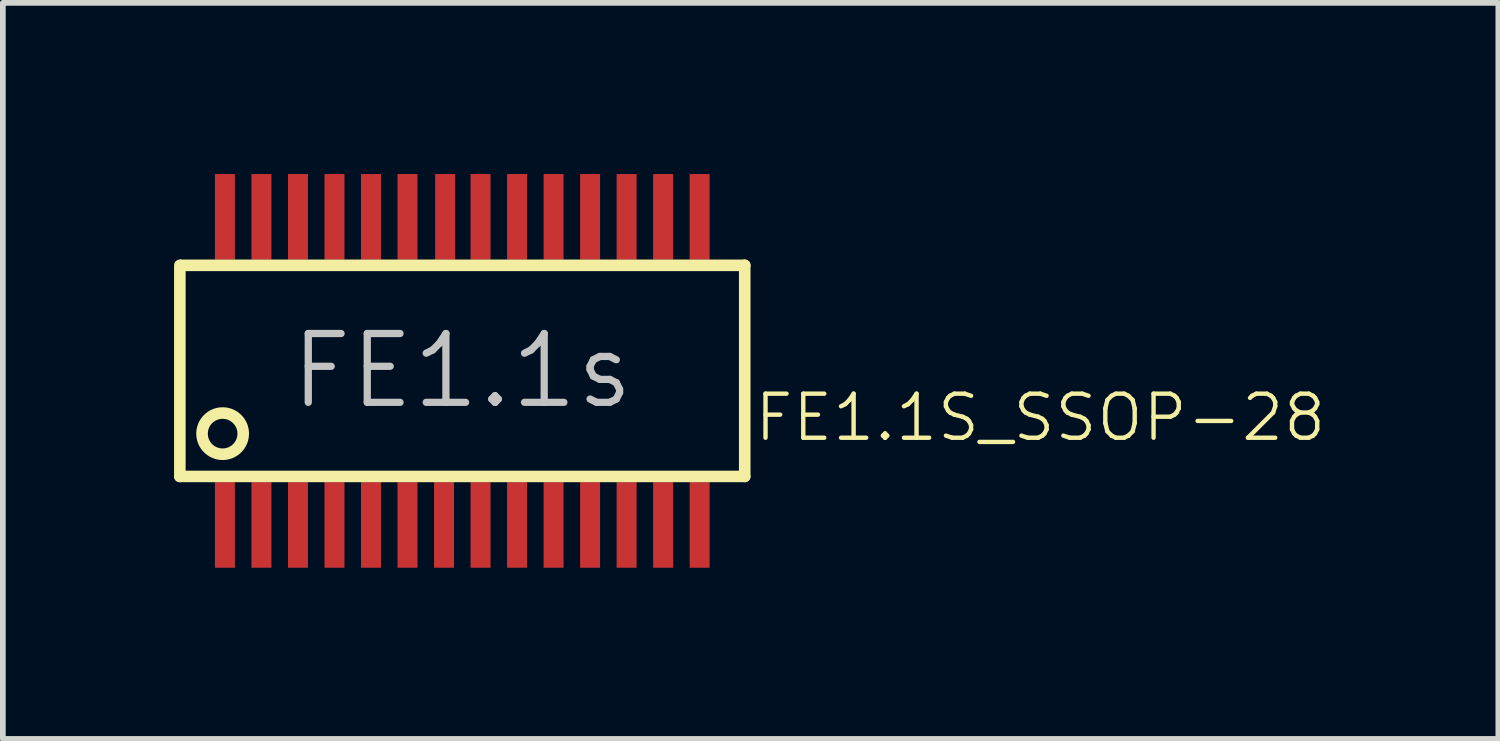
<source format=kicad_pcb>
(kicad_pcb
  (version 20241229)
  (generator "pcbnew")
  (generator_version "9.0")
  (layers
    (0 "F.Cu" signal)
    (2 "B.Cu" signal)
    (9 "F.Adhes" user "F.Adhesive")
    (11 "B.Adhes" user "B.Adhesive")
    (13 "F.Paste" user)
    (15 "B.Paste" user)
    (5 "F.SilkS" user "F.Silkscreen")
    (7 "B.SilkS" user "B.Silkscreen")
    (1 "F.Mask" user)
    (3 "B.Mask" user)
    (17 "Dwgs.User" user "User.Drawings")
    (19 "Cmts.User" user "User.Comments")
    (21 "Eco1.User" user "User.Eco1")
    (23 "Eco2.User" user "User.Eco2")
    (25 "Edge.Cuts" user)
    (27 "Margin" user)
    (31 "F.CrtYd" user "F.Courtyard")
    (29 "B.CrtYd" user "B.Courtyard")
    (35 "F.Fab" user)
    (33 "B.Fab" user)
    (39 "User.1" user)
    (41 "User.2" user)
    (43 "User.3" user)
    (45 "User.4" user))
  (footprint "FE1.1S_SSOP-28"
    (layer "F.Cu")
    (at 5.052 3.45)
    (property "Reference" "FE1.1S_SSOP-28" (at 5.08 1.27 180) (layer "F.SilkS") (effects (font (size 0.772 0.772) (thickness 0.077)) (justify left bottom)))
    (attr through_hole)
    (fp_line (start -4.95 -1.85) (end -4.95 1.85) (stroke (width 0.203) (type solid)) (layer "F.SilkS"))
    (fp_line (start -4.95 1.85) (end 4.95 1.85) (stroke (width 0.203) (type solid)) (layer "F.SilkS"))
    (fp_line (start -4.93 -1.85) (end 4.95 -1.85) (stroke (width 0.203) (type solid)) (layer "F.SilkS"))
    (fp_line (start 4.95 1.85) (end 4.95 -1.85) (stroke (width 0.203) (type solid)) (layer "F.SilkS"))
    (fp_circle (center -4.2 1.1) (end -3.839 1.1) (stroke (width 0.203) (type solid)) (fill no) (layer "F.SilkS"))
    (fp_text user "FE1.1s" (at 0 0 0) (layer "Dwgs.User") (effects (font (size 1.206 1.206) (thickness 0.127))))
    (pad "1" smd rect (at -4.16 2.7) (size 0.35 1.5) (layers "F.Cu" "F.Mask" "F.Paste"))
    (pad "2" smd rect (at -3.52 2.7) (size 0.35 1.5) (layers "F.Cu" "F.Mask" "F.Paste"))
    (pad "3" smd rect (at -2.88 2.7) (size 0.35 1.5) (layers "F.Cu" "F.Mask" "F.Paste"))
    (pad "4" smd rect (at -2.24 2.7) (size 0.35 1.5) (layers "F.Cu" "F.Mask" "F.Paste"))
    (pad "5" smd rect (at -1.6 2.7) (size 0.35 1.5) (layers "F.Cu" "F.Mask" "F.Paste"))
    (pad "6" smd rect (at -0.96 2.7) (size 0.35 1.5) (layers "F.Cu" "F.Mask" "F.Paste"))
    (pad "7" smd rect (at -0.32 2.7) (size 0.35 1.5) (layers "F.Cu" "F.Mask" "F.Paste"))
    (pad "8" smd rect (at 0.32 2.7) (size 0.35 1.5) (layers "F.Cu" "F.Mask" "F.Paste"))
    (pad "9" smd rect (at 0.96 2.7) (size 0.35 1.5) (layers "F.Cu" "F.Mask" "F.Paste"))
    (pad "10" smd rect (at 1.6 2.7) (size 0.35 1.5) (layers "F.Cu" "F.Mask" "F.Paste"))
    (pad "11" smd rect (at 2.24 2.7) (size 0.35 1.5) (layers "F.Cu" "F.Mask" "F.Paste"))
    (pad "12" smd rect (at 2.88 2.7) (size 0.35 1.5) (layers "F.Cu" "F.Mask" "F.Paste"))
    (pad "13" smd rect (at 3.52 2.7) (size 0.35 1.5) (layers "F.Cu" "F.Mask" "F.Paste"))
    (pad "14" smd rect (at 4.16 2.7) (size 0.35 1.5) (layers "F.Cu" "F.Mask" "F.Paste"))
    (pad "15" smd rect (at 4.16 -2.7) (size 0.35 1.5) (layers "F.Cu" "F.Mask" "F.Paste"))
    (pad "16" smd rect (at 3.52 -2.7) (size 0.35 1.5) (layers "F.Cu" "F.Mask" "F.Paste"))
    (pad "17" smd rect (at 2.88 -2.7) (size 0.35 1.5) (layers "F.Cu" "F.Mask" "F.Paste"))
    (pad "18" smd rect (at 2.24 -2.7) (size 0.35 1.5) (layers "F.Cu" "F.Mask" "F.Paste"))
    (pad "19" smd rect (at 1.6 -2.7) (size 0.35 1.5) (layers "F.Cu" "F.Mask" "F.Paste"))
    (pad "20" smd rect (at 0.96 -2.7) (size 0.35 1.5) (layers "F.Cu" "F.Mask" "F.Paste"))
    (pad "21" smd rect (at 0.32 -2.7) (size 0.35 1.5) (layers "F.Cu" "F.Mask" "F.Paste"))
    (pad "22" smd rect (at -0.3 -2.7) (size 0.35 1.5) (layers "F.Cu" "F.Mask" "F.Paste"))
    (pad "23" smd rect (at -0.96 -2.7) (size 0.35 1.5) (layers "F.Cu" "F.Mask" "F.Paste"))
    (pad "24" smd rect (at -1.6 -2.7) (size 0.35 1.5) (layers "F.Cu" "F.Mask" "F.Paste"))
    (pad "25" smd rect (at -2.24 -2.7) (size 0.35 1.5) (layers "F.Cu" "F.Mask" "F.Paste"))
    (pad "26" smd rect (at -2.88 -2.7) (size 0.35 1.5) (layers "F.Cu" "F.Mask" "F.Paste"))
    (pad "27" smd rect (at -3.52 -2.7) (size 0.35 1.5) (layers "F.Cu" "F.Mask" "F.Paste"))
    (pad "28" smd rect (at -4.16 -2.7) (size 0.35 1.5) (layers "F.Cu" "F.Mask" "F.Paste")))
  (gr_rect
    (start -3 -3)
    (end 23.21 9.9)
    (stroke (width 0.1) (type default))
    (fill no)
    (layer "Edge.Cuts")))
</source>
